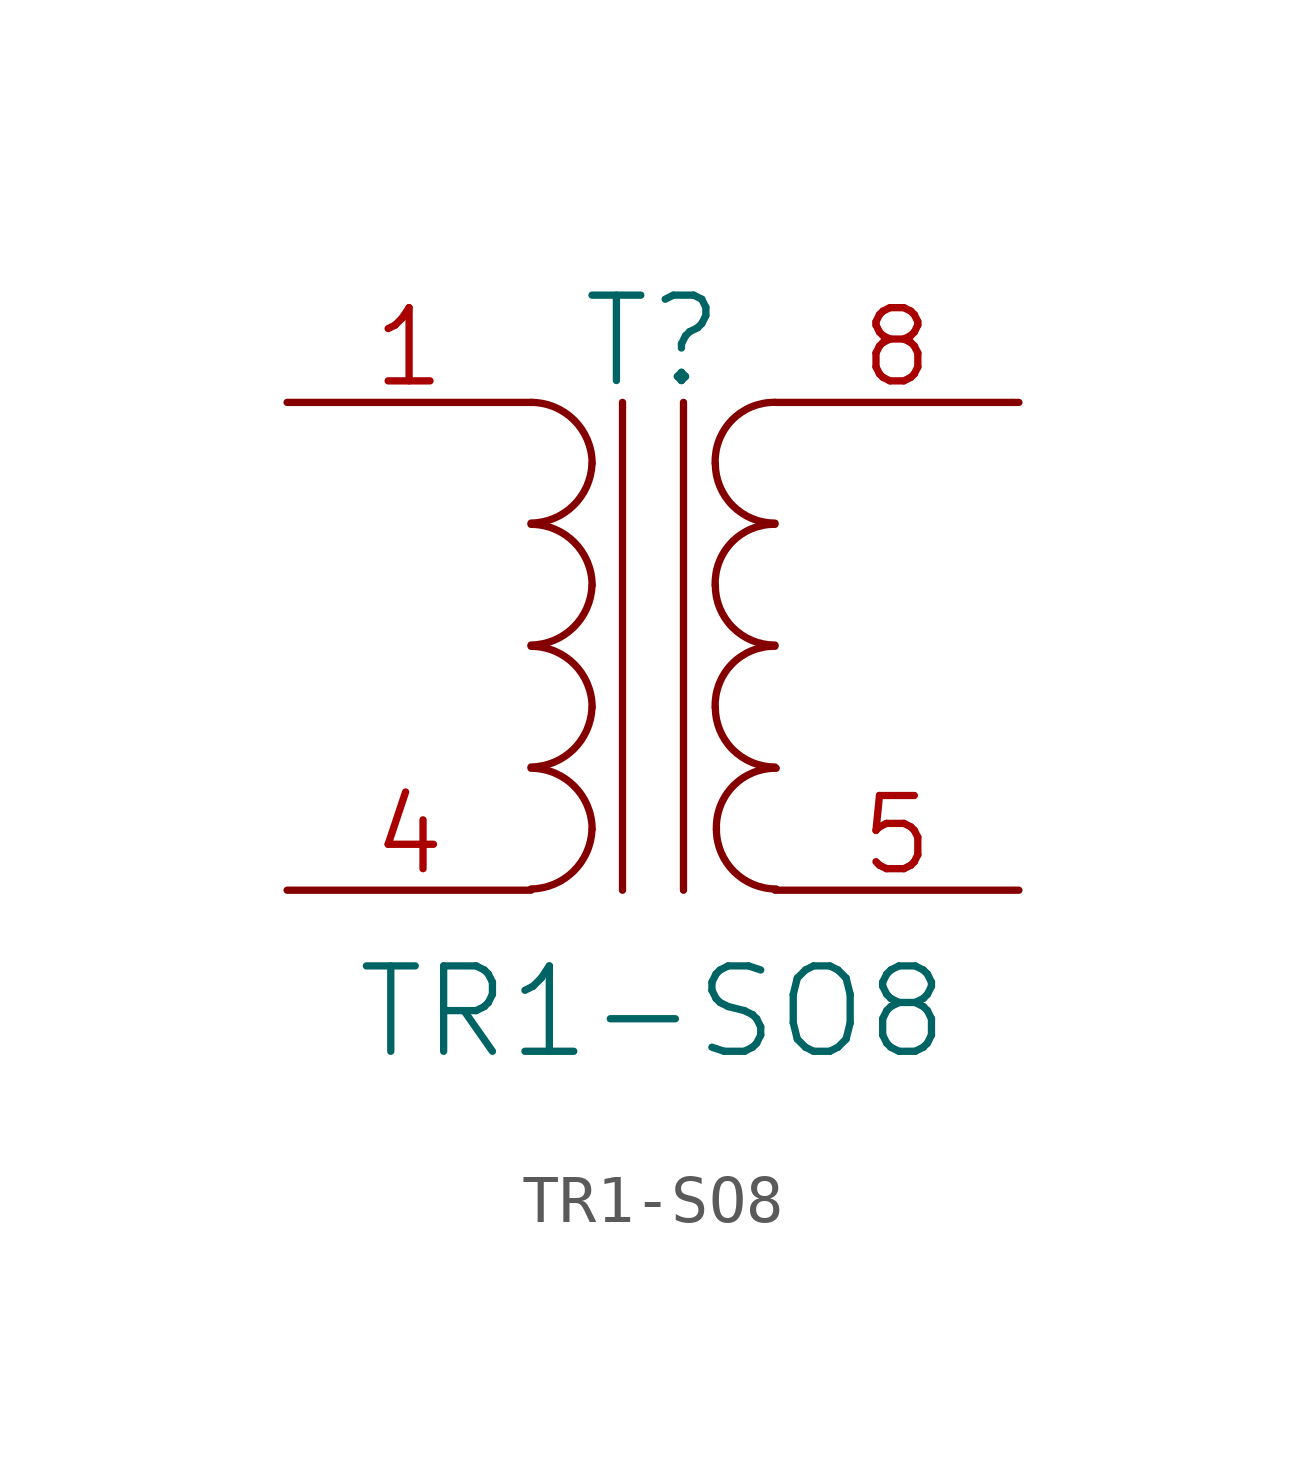
<source format=kicad_sym>
(kicad_symbol_lib
  (version 20220914)
  (generator kicad_symbol_editor)
  (symbol "TR1-SO8"
    (pin_names
      (offset 1.016) hide)
    (property "Reference" "T"
      (at 0 6.35 0)
      (effects (font (size 1.778 1.778))))
    (property "Value" "TR1-SO8"
      (at 0 -7.62 0)
      (effects (font (size 1.778 1.778))))
    (symbol "TR1-SO8_0_1"
      (arc (start -2.54 -5.0546) (mid -1.6599 -4.6901) (end -1.27 -3.81) (stroke (width 0) (type solid)) (fill (type none)))
      (arc (start -2.54 -2.5146) (mid -1.6599 -2.1501) (end -1.27 -1.27) (stroke (width 0) (type solid)) (fill (type none)))
      (arc (start -2.54 0.0254) (mid -1.6599 0.3899) (end -1.27 1.27) (stroke (width 0) (type solid)) (fill (type none)))
      (arc (start -2.54 2.5654) (mid -1.6599 2.9299) (end -1.27 3.81) (stroke (width 0) (type solid)) (fill (type none)))
      (arc (start -1.27 -3.81) (mid -1.642 -2.912) (end -2.54 -2.54) (stroke (width 0) (type solid)) (fill (type none)))
      (arc (start -1.27 -1.27) (mid -1.642 -0.372) (end -2.54 0) (stroke (width 0) (type solid)) (fill (type none)))
      (arc (start -1.27 1.27) (mid -1.642 2.168) (end -2.54 2.54) (stroke (width 0) (type solid)) (fill (type none)))
      (arc (start -1.27 3.81) (mid -1.642 4.708) (end -2.54 5.08) (stroke (width 0) (type solid)) (fill (type none)))
      (polyline (pts (xy -0.635 5.08) (xy -0.635 -5.08)) (stroke (width 0) (type solid)) (fill (type none)))
      (polyline (pts (xy 0.635 -5.08) (xy 0.635 5.08)) (stroke (width 0) (type solid)) (fill (type none)))
      (arc (start 1.2954 -1.27) (mid 1.6599 -2.1501) (end 2.54 -2.5146) (stroke (width 0) (type solid)) (fill (type none)))
      (arc (start 1.2954 1.27) (mid 1.6599 0.3899) (end 2.54 0.0254) (stroke (width 0) (type solid)) (fill (type none)))
      (arc (start 1.2954 3.81) (mid 1.6599 2.9299) (end 2.54 2.5654) (stroke (width 0) (type solid)) (fill (type none)))
      (arc (start 1.3208 -3.81) (mid 1.6853 -4.6901) (end 2.5654 -5.0546) (stroke (width 0) (type solid)) (fill (type none)))
      (arc (start 2.54 0) (mid 1.642 -0.372) (end 1.2954 -1.27) (stroke (width 0) (type solid)) (fill (type none)))
      (arc (start 2.54 2.54) (mid 1.642 2.168) (end 1.2954 1.27) (stroke (width 0) (type solid)) (fill (type none)))
      (arc (start 2.54 5.08) (mid 1.642 4.708) (end 1.2954 3.81) (stroke (width 0) (type solid)) (fill (type none)))
      (arc (start 2.5654 -2.54) (mid 1.6674 -2.912) (end 1.3208 -3.81) (stroke (width 0) (type solid)) (fill (type none))))
    (symbol "TR1-SO8_1_1"
      (pin passive line (at -7.62 5.08 0) (length 5.08) (name "AA" (effects (font (size 1.524 1.524)))) (number "1" (effects (font (size 1.524 1.524)))))
      (pin passive line (at -7.62 -5.08 0) (length 5.08) (name "AB" (effects (font (size 1.524 1.524)))) (number "4" (effects (font (size 1.524 1.524)))))
      (pin passive line (at 7.62 -5.08 180) (length 5.08) (name "SA" (effects (font (size 1.524 1.524)))) (number "5" (effects (font (size 1.524 1.524)))))
      (pin passive line (at 7.62 5.08 180) (length 5.08) (name "SB" (effects (font (size 1.524 1.524)))) (number "8" (effects (font (size 1.524 1.524))))))))
</source>
